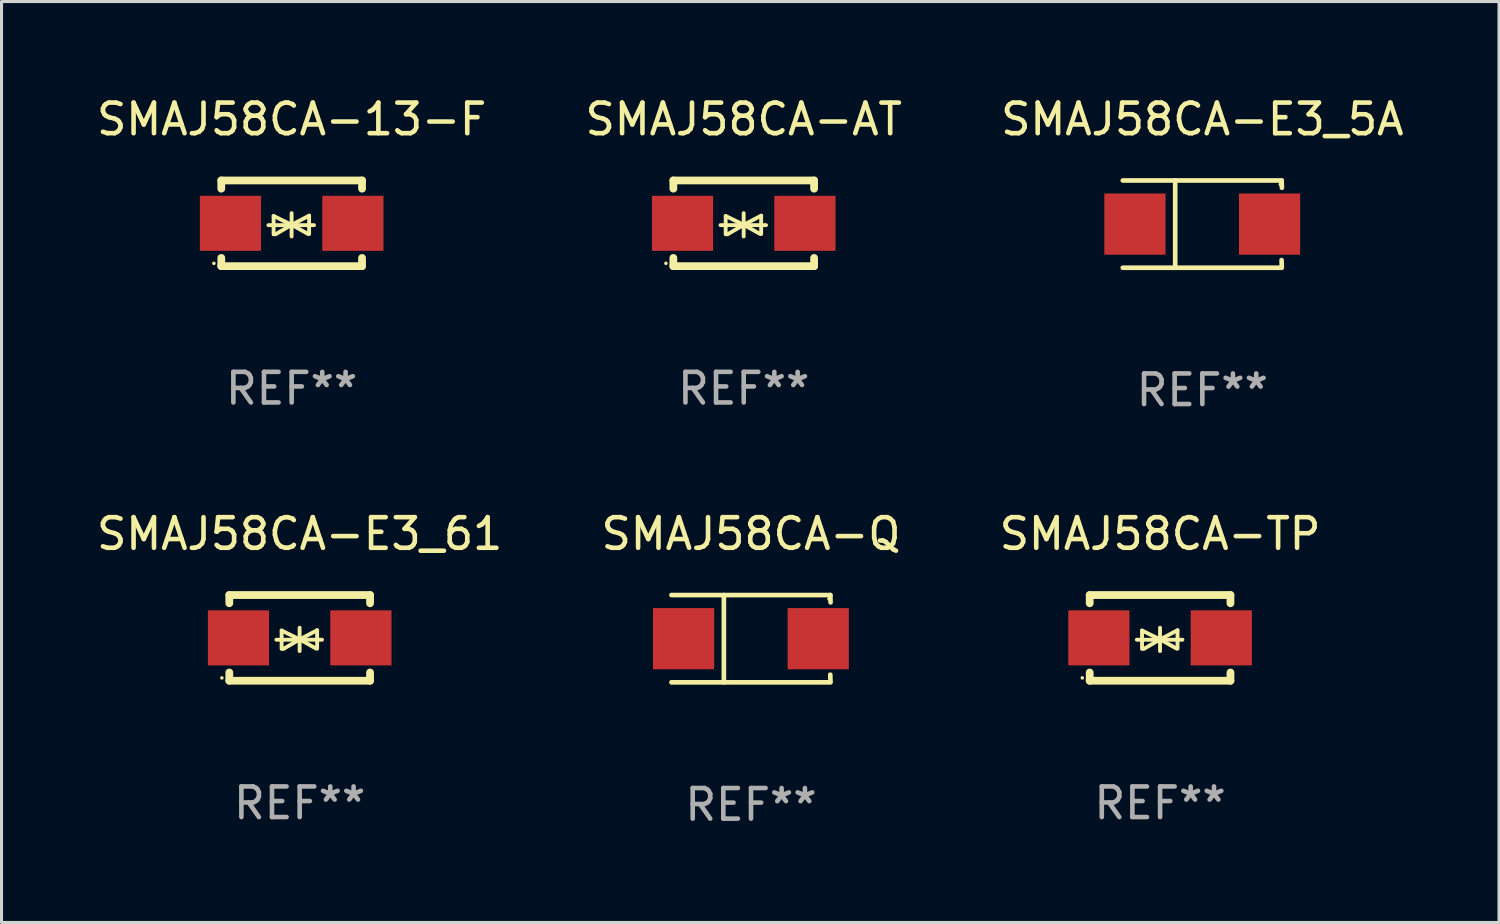
<source format=kicad_pcb>
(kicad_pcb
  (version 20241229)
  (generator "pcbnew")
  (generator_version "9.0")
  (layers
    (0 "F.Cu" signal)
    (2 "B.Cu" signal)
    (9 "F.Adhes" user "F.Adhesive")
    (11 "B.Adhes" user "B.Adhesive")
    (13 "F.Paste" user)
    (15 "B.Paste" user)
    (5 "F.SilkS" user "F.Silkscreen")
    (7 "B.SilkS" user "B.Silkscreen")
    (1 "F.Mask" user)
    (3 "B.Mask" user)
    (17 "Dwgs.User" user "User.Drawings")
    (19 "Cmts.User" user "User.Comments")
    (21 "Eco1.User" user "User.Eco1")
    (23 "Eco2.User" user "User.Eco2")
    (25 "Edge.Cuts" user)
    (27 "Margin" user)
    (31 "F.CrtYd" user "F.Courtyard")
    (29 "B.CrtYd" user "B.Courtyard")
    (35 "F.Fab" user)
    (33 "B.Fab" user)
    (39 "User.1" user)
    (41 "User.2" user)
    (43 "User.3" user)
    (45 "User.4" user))
  (footprint "SMAJ58CA-Q"
    (layer "F.Cu")
    (at 21.494 17.823)
    (property "Reference" "SMAJ58CA-Q" (at 0 -3.426 0) (layer "F.SilkS") (effects (font (size 1 1) (thickness 0.15))))
    (attr through_hole)
    (fp_line (start -2.6 -1.426) (end 2.593 -1.426) (stroke (width 0.152) (type solid)) (layer "F.SilkS"))
    (fp_line (start -2.6 1.426) (end 2.593 1.426) (stroke (width 0.152) (type solid)) (layer "F.SilkS"))
    (fp_line (start -0.887 -1.426) (end -0.887 1.426) (stroke (width 0.152) (type solid)) (layer "F.SilkS"))
    (fp_line (start 2.59 1.176) (end 2.597 1.415) (stroke (width 0.152) (type solid)) (layer "F.SilkS"))
    (fp_line (start 2.593 -1.426) (end 2.6 -1.187) (stroke (width 0.152) (type solid)) (layer "F.SilkS"))
    (fp_circle (center 2.547 -1.3) (end 2.577 -1.3) (stroke (width 0.06) (type solid)) (fill no) (layer "F.SilkS"))
    (fp_text user "REF**" (at 0 5.426 0) (layer "F.Fab") (effects (font (size 1 1) (thickness 0.15))))
    (pad "1" smd rect (at 2.197 -0.000025 180) (size 2 2) (layers "F.Cu" "F.Mask" "F.Paste"))
    (pad "2" smd rect (at -2.203 -0.000025 180) (size 2 2) (layers "F.Cu" "F.Mask" "F.Paste")))
  (footprint "SMAJ58CA-TP"
    (layer "F.Cu")
    (at 34.863 17.797)
    (property "Reference" "SMAJ58CA-TP" (at 0 -3.4 0) (layer "F.SilkS") (effects (font (size 1 1) (thickness 0.15))))
    (attr through_hole)
    (fp_line (start -2.3 -1.4) (end -2.3 -1.131) (stroke (width 0.254) (type solid)) (layer "F.SilkS"))
    (fp_line (start -2.3 -1.4) (end 2.3 -1.4) (stroke (width 0.254) (type solid)) (layer "F.SilkS"))
    (fp_line (start -2.3 1.131) (end -2.3 1.4) (stroke (width 0.254) (type solid)) (layer "F.SilkS"))
    (fp_line (start -2.3 1.4) (end 2.3 1.4) (stroke (width 0.254) (type solid)) (layer "F.SilkS"))
    (fp_line (start -0.76 0.06) (end 0.73 0.06) (stroke (width 0.127) (type solid)) (layer "F.SilkS"))
    (fp_line (start -0.59 -0.24) (end -0.59 0.36) (stroke (width 0.127) (type solid)) (layer "F.SilkS"))
    (fp_line (start -0.59 -0.24) (end -0.002 0.049) (stroke (width 0.127) (type solid)) (layer "F.SilkS"))
    (fp_line (start -0.53 0.36) (end -0.002 0.049) (stroke (width 0.127) (type solid)) (layer "F.SilkS"))
    (fp_line (start -0.002 0.049) (end -0.002 -0.332) (stroke (width 0.127) (type solid)) (layer "F.SilkS"))
    (fp_line (start -0.002 0.049) (end -0.002 0.43) (stroke (width 0.127) (type solid)) (layer "F.SilkS"))
    (fp_line (start 0.54 0.35) (end -0.002 0.049) (stroke (width 0.127) (type solid)) (layer "F.SilkS"))
    (fp_line (start 0.57 -0.25) (end -0.002 0.049) (stroke (width 0.127) (type solid)) (layer "F.SilkS"))
    (fp_line (start 0.57 -0.25) (end 0.57 0.35) (stroke (width 0.127) (type solid)) (layer "F.SilkS"))
    (fp_line (start 2.3 -1.4) (end 2.3 -1.131) (stroke (width 0.254) (type solid)) (layer "F.SilkS"))
    (fp_line (start 2.3 1.131) (end 2.3 1.4) (stroke (width 0.254) (type solid)) (layer "F.SilkS"))
    (fp_circle (center -2.542 1.308) (end -2.512 1.308) (stroke (width 0.06) (type solid)) (fill no) (layer "F.SilkS"))
    (fp_text user "REF**" (at 0 5.4 0) (layer "F.Fab") (effects (font (size 1 1) (thickness 0.15))))
    (pad "1" smd rect (at -2 0) (size 2 1.8) (layers "F.Cu" "F.Mask" "F.Paste"))
    (pad "2" smd rect (at 2 0) (size 2 1.8) (layers "F.Cu" "F.Mask" "F.Paste")))
  (footprint "SMAJ58CA-E3_61"
    (layer "F.Cu")
    (at 6.744 17.797)
    (property "Reference" "SMAJ58CA-E3_61" (at 0 -3.4 0) (layer "F.SilkS") (effects (font (size 1 1) (thickness 0.15))))
    (attr through_hole)
    (fp_line (start -2.3 -1.4) (end -2.3 -1.131) (stroke (width 0.254) (type solid)) (layer "F.SilkS"))
    (fp_line (start -2.3 -1.4) (end 2.3 -1.4) (stroke (width 0.254) (type solid)) (layer "F.SilkS"))
    (fp_line (start -2.3 1.131) (end -2.3 1.4) (stroke (width 0.254) (type solid)) (layer "F.SilkS"))
    (fp_line (start -2.3 1.4) (end 2.3 1.4) (stroke (width 0.254) (type solid)) (layer "F.SilkS"))
    (fp_line (start -0.76 0.06) (end 0.73 0.06) (stroke (width 0.127) (type solid)) (layer "F.SilkS"))
    (fp_line (start -0.59 -0.24) (end -0.59 0.36) (stroke (width 0.127) (type solid)) (layer "F.SilkS"))
    (fp_line (start -0.59 -0.24) (end -0.002 0.049) (stroke (width 0.127) (type solid)) (layer "F.SilkS"))
    (fp_line (start -0.53 0.36) (end -0.002 0.049) (stroke (width 0.127) (type solid)) (layer "F.SilkS"))
    (fp_line (start -0.002 0.049) (end -0.002 -0.332) (stroke (width 0.127) (type solid)) (layer "F.SilkS"))
    (fp_line (start -0.002 0.049) (end -0.002 0.43) (stroke (width 0.127) (type solid)) (layer "F.SilkS"))
    (fp_line (start 0.54 0.35) (end -0.002 0.049) (stroke (width 0.127) (type solid)) (layer "F.SilkS"))
    (fp_line (start 0.57 -0.25) (end -0.002 0.049) (stroke (width 0.127) (type solid)) (layer "F.SilkS"))
    (fp_line (start 0.57 -0.25) (end 0.57 0.35) (stroke (width 0.127) (type solid)) (layer "F.SilkS"))
    (fp_line (start 2.3 -1.4) (end 2.3 -1.131) (stroke (width 0.254) (type solid)) (layer "F.SilkS"))
    (fp_line (start 2.3 1.131) (end 2.3 1.4) (stroke (width 0.254) (type solid)) (layer "F.SilkS"))
    (fp_circle (center -2.542 1.308) (end -2.512 1.308) (stroke (width 0.06) (type solid)) (fill no) (layer "F.SilkS"))
    (fp_text user "REF**" (at 0 5.4 0) (layer "F.Fab") (effects (font (size 1 1) (thickness 0.15))))
    (pad "1" smd rect (at -2 0) (size 2 1.8) (layers "F.Cu" "F.Mask" "F.Paste"))
    (pad "2" smd rect (at 2 0) (size 2 1.8) (layers "F.Cu" "F.Mask" "F.Paste")))
  (footprint "SMAJ58CA-13-F"
    (layer "F.Cu")
    (at 6.482 4.248)
    (property "Reference" "SMAJ58CA-13-F" (at 0 -3.4 0) (layer "F.SilkS") (effects (font (size 1 1) (thickness 0.15))))
    (attr through_hole)
    (fp_line (start -2.3 -1.4) (end -2.3 -1.131) (stroke (width 0.254) (type solid)) (layer "F.SilkS"))
    (fp_line (start -2.3 -1.4) (end 2.3 -1.4) (stroke (width 0.254) (type solid)) (layer "F.SilkS"))
    (fp_line (start -2.3 1.131) (end -2.3 1.4) (stroke (width 0.254) (type solid)) (layer "F.SilkS"))
    (fp_line (start -2.3 1.4) (end 2.3 1.4) (stroke (width 0.254) (type solid)) (layer "F.SilkS"))
    (fp_line (start -0.76 0.06) (end 0.73 0.06) (stroke (width 0.127) (type solid)) (layer "F.SilkS"))
    (fp_line (start -0.59 -0.24) (end -0.59 0.36) (stroke (width 0.127) (type solid)) (layer "F.SilkS"))
    (fp_line (start -0.59 -0.24) (end -0.002 0.049) (stroke (width 0.127) (type solid)) (layer "F.SilkS"))
    (fp_line (start -0.53 0.36) (end -0.002 0.049) (stroke (width 0.127) (type solid)) (layer "F.SilkS"))
    (fp_line (start -0.002 0.049) (end -0.002 -0.332) (stroke (width 0.127) (type solid)) (layer "F.SilkS"))
    (fp_line (start -0.002 0.049) (end -0.002 0.43) (stroke (width 0.127) (type solid)) (layer "F.SilkS"))
    (fp_line (start 0.54 0.35) (end -0.002 0.049) (stroke (width 0.127) (type solid)) (layer "F.SilkS"))
    (fp_line (start 0.57 -0.25) (end -0.002 0.049) (stroke (width 0.127) (type solid)) (layer "F.SilkS"))
    (fp_line (start 0.57 -0.25) (end 0.57 0.35) (stroke (width 0.127) (type solid)) (layer "F.SilkS"))
    (fp_line (start 2.3 -1.4) (end 2.3 -1.131) (stroke (width 0.254) (type solid)) (layer "F.SilkS"))
    (fp_line (start 2.3 1.131) (end 2.3 1.4) (stroke (width 0.254) (type solid)) (layer "F.SilkS"))
    (fp_circle (center -2.542 1.308) (end -2.512 1.308) (stroke (width 0.06) (type solid)) (fill no) (layer "F.SilkS"))
    (fp_text user "REF**" (at 0 5.4 0) (layer "F.Fab") (effects (font (size 1 1) (thickness 0.15))))
    (pad "1" smd rect (at -2 0) (size 2 1.8) (layers "F.Cu" "F.Mask" "F.Paste"))
    (pad "2" smd rect (at 2 0) (size 2 1.8) (layers "F.Cu" "F.Mask" "F.Paste")))
  (footprint "SMAJ58CA-E3_5A"
    (layer "F.Cu")
    (at 36.244 4.274)
    (property "Reference" "SMAJ58CA-E3_5A" (at 0 -3.426 0) (layer "F.SilkS") (effects (font (size 1 1) (thickness 0.15))))
    (attr through_hole)
    (fp_line (start -2.6 -1.426) (end 2.593 -1.426) (stroke (width 0.152) (type solid)) (layer "F.SilkS"))
    (fp_line (start -2.6 1.426) (end 2.593 1.426) (stroke (width 0.152) (type solid)) (layer "F.SilkS"))
    (fp_line (start -0.887 -1.426) (end -0.887 1.426) (stroke (width 0.152) (type solid)) (layer "F.SilkS"))
    (fp_line (start 2.59 1.176) (end 2.597 1.415) (stroke (width 0.152) (type solid)) (layer "F.SilkS"))
    (fp_line (start 2.593 -1.426) (end 2.6 -1.187) (stroke (width 0.152) (type solid)) (layer "F.SilkS"))
    (fp_circle (center 2.547 -1.3) (end 2.577 -1.3) (stroke (width 0.06) (type solid)) (fill no) (layer "F.SilkS"))
    (fp_text user "REF**" (at 0 5.426 0) (layer "F.Fab") (effects (font (size 1 1) (thickness 0.15))))
    (pad "1" smd rect (at 2.197 -0.000025 180) (size 2 2) (layers "F.Cu" "F.Mask" "F.Paste"))
    (pad "2" smd rect (at -2.203 -0.000025 180) (size 2 2) (layers "F.Cu" "F.Mask" "F.Paste")))
  (footprint "SMAJ58CA-AT"
    (layer "F.Cu")
    (at 21.256 4.248)
    (property "Reference" "SMAJ58CA-AT" (at 0 -3.4 0) (layer "F.SilkS") (effects (font (size 1 1) (thickness 0.15))))
    (attr through_hole)
    (fp_line (start -2.3 -1.4) (end -2.3 -1.131) (stroke (width 0.254) (type solid)) (layer "F.SilkS"))
    (fp_line (start -2.3 -1.4) (end 2.3 -1.4) (stroke (width 0.254) (type solid)) (layer "F.SilkS"))
    (fp_line (start -2.3 1.131) (end -2.3 1.4) (stroke (width 0.254) (type solid)) (layer "F.SilkS"))
    (fp_line (start -2.3 1.4) (end 2.3 1.4) (stroke (width 0.254) (type solid)) (layer "F.SilkS"))
    (fp_line (start -0.76 0.06) (end 0.73 0.06) (stroke (width 0.127) (type solid)) (layer "F.SilkS"))
    (fp_line (start -0.59 -0.24) (end -0.59 0.36) (stroke (width 0.127) (type solid)) (layer "F.SilkS"))
    (fp_line (start -0.59 -0.24) (end -0.002 0.049) (stroke (width 0.127) (type solid)) (layer "F.SilkS"))
    (fp_line (start -0.53 0.36) (end -0.002 0.049) (stroke (width 0.127) (type solid)) (layer "F.SilkS"))
    (fp_line (start -0.002 0.049) (end -0.002 -0.332) (stroke (width 0.127) (type solid)) (layer "F.SilkS"))
    (fp_line (start -0.002 0.049) (end -0.002 0.43) (stroke (width 0.127) (type solid)) (layer "F.SilkS"))
    (fp_line (start 0.54 0.35) (end -0.002 0.049) (stroke (width 0.127) (type solid)) (layer "F.SilkS"))
    (fp_line (start 0.57 -0.25) (end -0.002 0.049) (stroke (width 0.127) (type solid)) (layer "F.SilkS"))
    (fp_line (start 0.57 -0.25) (end 0.57 0.35) (stroke (width 0.127) (type solid)) (layer "F.SilkS"))
    (fp_line (start 2.3 -1.4) (end 2.3 -1.131) (stroke (width 0.254) (type solid)) (layer "F.SilkS"))
    (fp_line (start 2.3 1.131) (end 2.3 1.4) (stroke (width 0.254) (type solid)) (layer "F.SilkS"))
    (fp_circle (center -2.542 1.308) (end -2.512 1.308) (stroke (width 0.06) (type solid)) (fill no) (layer "F.SilkS"))
    (fp_text user "REF**" (at 0 5.4 0) (layer "F.Fab") (effects (font (size 1 1) (thickness 0.15))))
    (pad "1" smd rect (at -2 0) (size 2 1.8) (layers "F.Cu" "F.Mask" "F.Paste"))
    (pad "2" smd rect (at 2 0) (size 2 1.8) (layers "F.Cu" "F.Mask" "F.Paste")))
  (gr_rect
    (start -3 -3)
    (end 45.94 27.098)
    (stroke (width 0.1) (type default))
    (fill no)
    (layer "Edge.Cuts")))
</source>
